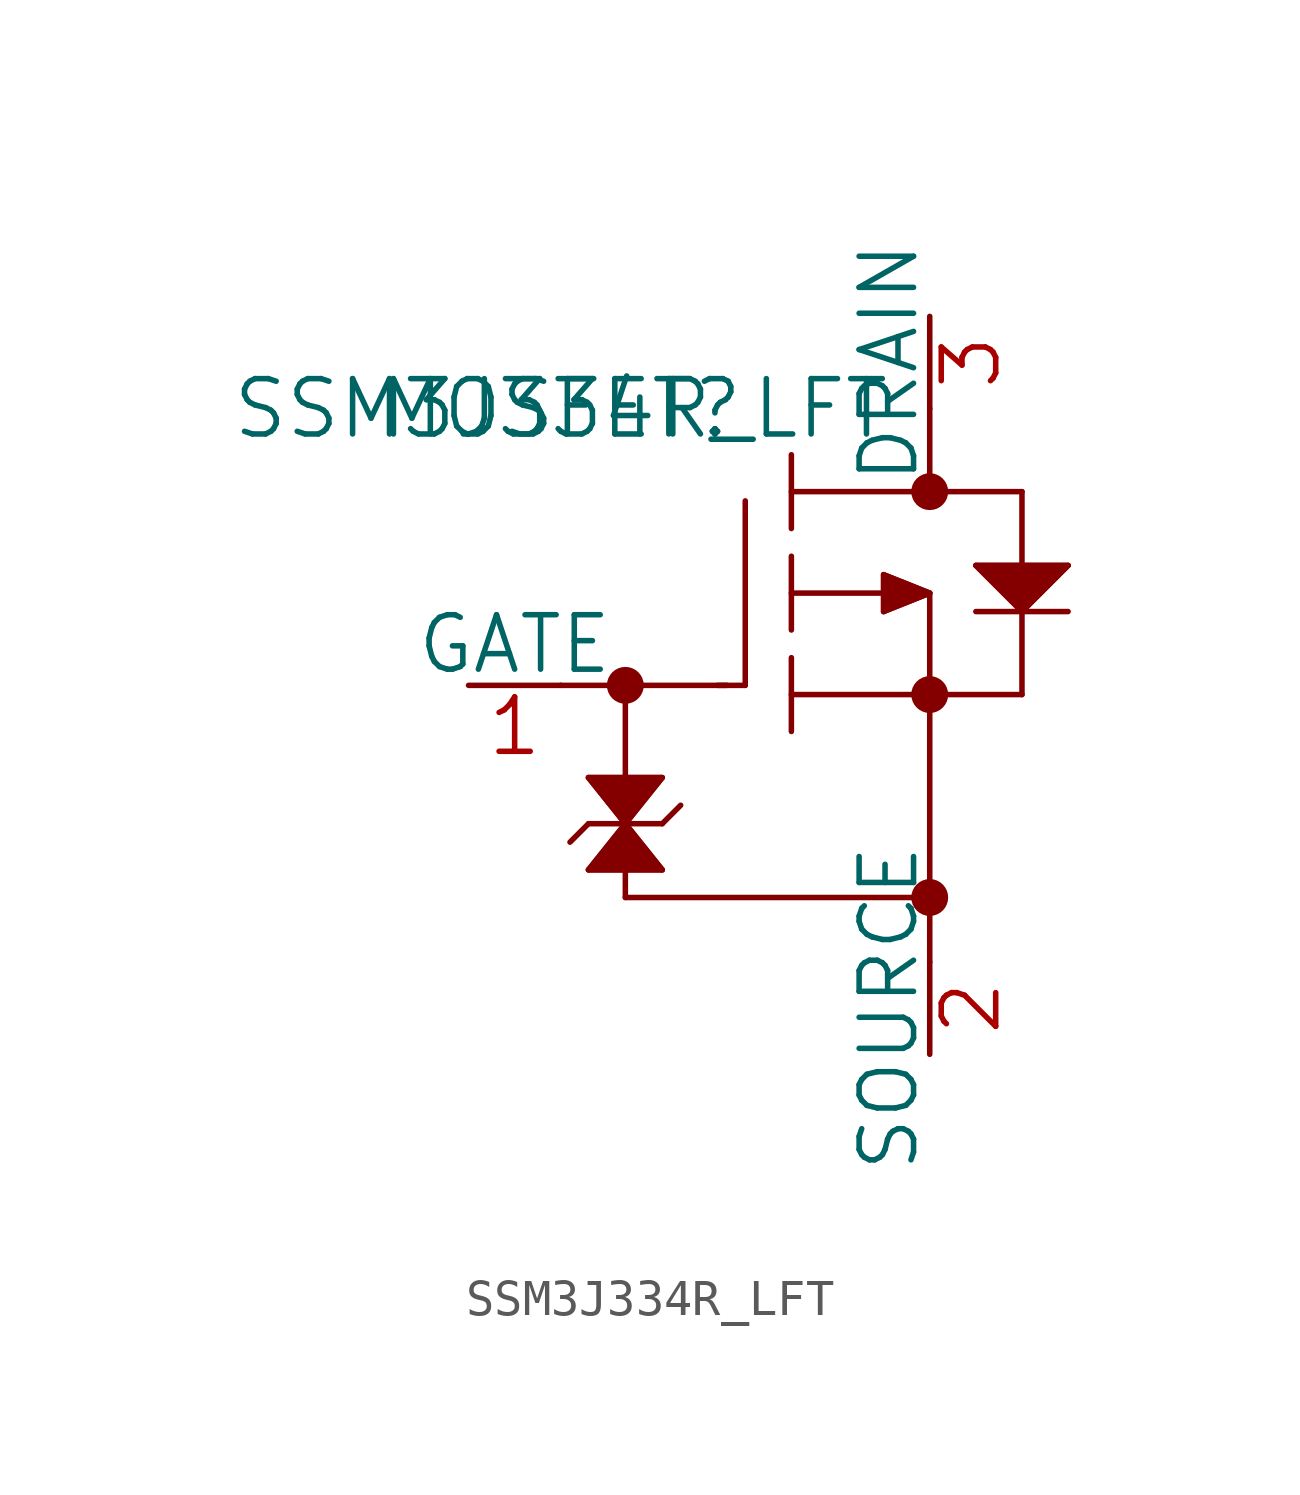
<source format=kicad_sym>
(kicad_symbol_lib
  (version 20211014)
  (generator kicad_symbol_editor)
  (symbol "SSM3J334R_LFT"
    (pin_names
      (offset 0))
    (property "Reference" "MOSFET"
      (at 0 0 0)
      (effects (font (size 1.524 1.524))))
    (property "Value" "SSM3J334R_LFT"
      (at 0 0 0)
      (effects (font (size 1.524 1.524))))
    (property "Datasheet" ""
      (at 0 0 0)
      (effects (font (size 1.524 1.524))))
    (property "ki_locked" ""
      (at 0 0 0)
      (effects (font (size 1.27 1.27))))
    (symbol "SSM3J334R_LFT_1_1"
      (polyline (pts (xy 0 -7.62) (xy 4.572 -7.62)) (stroke (width 0.152) (type default) (color 0 0 0 0)) (fill (type none)))
      (polyline (pts (xy 0.762 -12.7) (xy 2.794 -12.7)) (stroke (width 0.152) (type default) (color 0 0 0 0)) (fill (type none)))
      (polyline (pts (xy 0.762 -11.43) (xy 0.254 -11.938)) (stroke (width 0.152) (type default) (color 0 0 0 0)) (fill (type none)))
      (polyline (pts (xy 0.762 -11.43) (xy 2.794 -11.43)) (stroke (width 0.152) (type default) (color 0 0 0 0)) (fill (type none)))
      (polyline (pts (xy 0.762 -10.16) (xy 1.778 -11.43)) (stroke (width 0.152) (type default) (color 0 0 0 0)) (fill (type none)))
      (polyline (pts (xy 0.762 -10.16) (xy 2.794 -10.16)) (stroke (width 0.152) (type default) (color 0 0 0 0)) (fill (type none)))
      (polyline (pts (xy 1.778 -13.462) (xy 10.16 -13.462)) (stroke (width 0.152) (type default) (color 0 0 0 0)) (fill (type none)))
      (polyline (pts (xy 1.778 -12.7) (xy 1.778 -13.462)) (stroke (width 0.152) (type default) (color 0 0 0 0)) (fill (type none)))
      (polyline (pts (xy 1.778 -11.43) (xy 0.762 -12.7)) (stroke (width 0.152) (type default) (color 0 0 0 0)) (fill (type none)))
      (polyline (pts (xy 1.778 -7.62) (xy 1.778 -10.16)) (stroke (width 0.152) (type default) (color 0 0 0 0)) (fill (type none)))
      (polyline (pts (xy 2.794 -12.7) (xy 1.778 -11.43)) (stroke (width 0.152) (type default) (color 0 0 0 0)) (fill (type none)))
      (polyline (pts (xy 2.794 -11.43) (xy 3.302 -10.922)) (stroke (width 0.152) (type default) (color 0 0 0 0)) (fill (type none)))
      (polyline (pts (xy 2.794 -10.16) (xy 1.778 -11.43)) (stroke (width 0.152) (type default) (color 0 0 0 0)) (fill (type none)))
      (polyline (pts (xy 5.08 -7.62) (xy 4.318 -7.62)) (stroke (width 0.152) (type default) (color 0 0 0 0)) (fill (type none)))
      (polyline (pts (xy 5.08 -7.62) (xy 5.08 -2.54)) (stroke (width 0.152) (type default) (color 0 0 0 0)) (fill (type none)))
      (polyline (pts (xy 6.35 -8.89) (xy 6.35 -6.858)) (stroke (width 0.152) (type default) (color 0 0 0 0)) (fill (type none)))
      (polyline (pts (xy 6.35 -7.874) (xy 12.7 -7.874)) (stroke (width 0.152) (type default) (color 0 0 0 0)) (fill (type none)))
      (polyline (pts (xy 6.35 -6.096) (xy 6.35 -4.064)) (stroke (width 0.152) (type default) (color 0 0 0 0)) (fill (type none)))
      (polyline (pts (xy 6.35 -5.08) (xy 8.89 -5.08)) (stroke (width 0.152) (type default) (color 0 0 0 0)) (fill (type none)))
      (polyline (pts (xy 6.35 -3.302) (xy 6.35 -1.27)) (stroke (width 0.152) (type default) (color 0 0 0 0)) (fill (type none)))
      (polyline (pts (xy 8.89 -5.588) (xy 10.16 -5.08)) (stroke (width 0.152) (type default) (color 0 0 0 0)) (fill (type none)))
      (polyline (pts (xy 8.89 -4.572) (xy 8.89 -5.588)) (stroke (width 0.152) (type default) (color 0 0 0 0)) (fill (type none)))
      (polyline (pts (xy 10.16 -5.08) (xy 8.89 -4.572)) (stroke (width 0.152) (type default) (color 0 0 0 0)) (fill (type none)))
      (polyline (pts (xy 10.16 -5.08) (xy 10.16 -15.24)) (stroke (width 0.152) (type default) (color 0 0 0 0)) (fill (type none)))
      (polyline (pts (xy 10.16 0) (xy 10.16 -2.286)) (stroke (width 0.152) (type default) (color 0 0 0 0)) (fill (type none)))
      (polyline (pts (xy 11.43 -5.588) (xy 13.97 -5.588)) (stroke (width 0.152) (type default) (color 0 0 0 0)) (fill (type none)))
      (polyline (pts (xy 11.43 -4.318) (xy 13.97 -4.318)) (stroke (width 0.152) (type default) (color 0 0 0 0)) (fill (type none)))
      (polyline (pts (xy 12.7 -7.874) (xy 12.7 -5.588)) (stroke (width 0.152) (type default) (color 0 0 0 0)) (fill (type none)))
      (polyline (pts (xy 12.7 -5.588) (xy 11.43 -4.318)) (stroke (width 0.152) (type default) (color 0 0 0 0)) (fill (type none)))
      (polyline (pts (xy 12.7 -4.318) (xy 12.7 -2.286)) (stroke (width 0.152) (type default) (color 0 0 0 0)) (fill (type none)))
      (polyline (pts (xy 12.7 -2.286) (xy 6.35 -2.286)) (stroke (width 0.152) (type default) (color 0 0 0 0)) (fill (type none)))
      (polyline (pts (xy 13.97 -4.318) (xy 12.7 -5.588)) (stroke (width 0.152) (type default) (color 0 0 0 0)) (fill (type none)))
      (polyline (pts (xy 8.89 -4.572) (xy 8.89 -5.588) (xy 10.16 -5.08) (xy 8.89 -4.572)) (stroke (width 0) (type default) (color 0 0 0 0)) (fill (type outline)))
      (polyline (pts (xy 11.43 -4.318) (xy 12.7 -5.588) (xy 13.97 -4.318) (xy 11.43 -4.318)) (stroke (width 0) (type default) (color 0 0 0 0)) (fill (type outline)))
      (polyline (pts (xy 0.762 -10.16) (xy 1.778 -11.43) (xy 0.762 -12.7) (xy 2.794 -12.7) (xy 1.778 -11.43) (xy 2.794 -10.16) (xy 0.762 -10.16)) (stroke (width 0) (type default) (color 0 0 0 0)) (fill (type outline)))
      (circle (center 1.778 -7.62) (radius 0.254) (stroke (width 0.508) (type default) (color 0 0 0 0)) (fill (type none)))
      (circle (center 10.16 -13.462) (radius 0.254) (stroke (width 0.508) (type default) (color 0 0 0 0)) (fill (type none)))
      (circle (center 10.16 -7.874) (radius 0.254) (stroke (width 0.508) (type default) (color 0 0 0 0)) (fill (type none)))
      (circle (center 10.16 -2.286) (radius 0.254) (stroke (width 0.508) (type default) (color 0 0 0 0)) (fill (type none)))
      (pin unspecified line (at -2.54 -7.62 0) (length 2.54) (name "GATE" (effects (font (size 1.499 1.499)))) (number "1" (effects (font (size 1.499 1.499)))))
      (pin unspecified line (at 10.16 -17.78 90) (length 2.54) (name "SOURCE" (effects (font (size 1.499 1.499)))) (number "2" (effects (font (size 1.499 1.499)))))
      (pin unspecified line (at 10.16 2.54 270) (length 2.54) (name "DRAIN" (effects (font (size 1.499 1.499)))) (number "3" (effects (font (size 1.499 1.499))))))))
</source>
